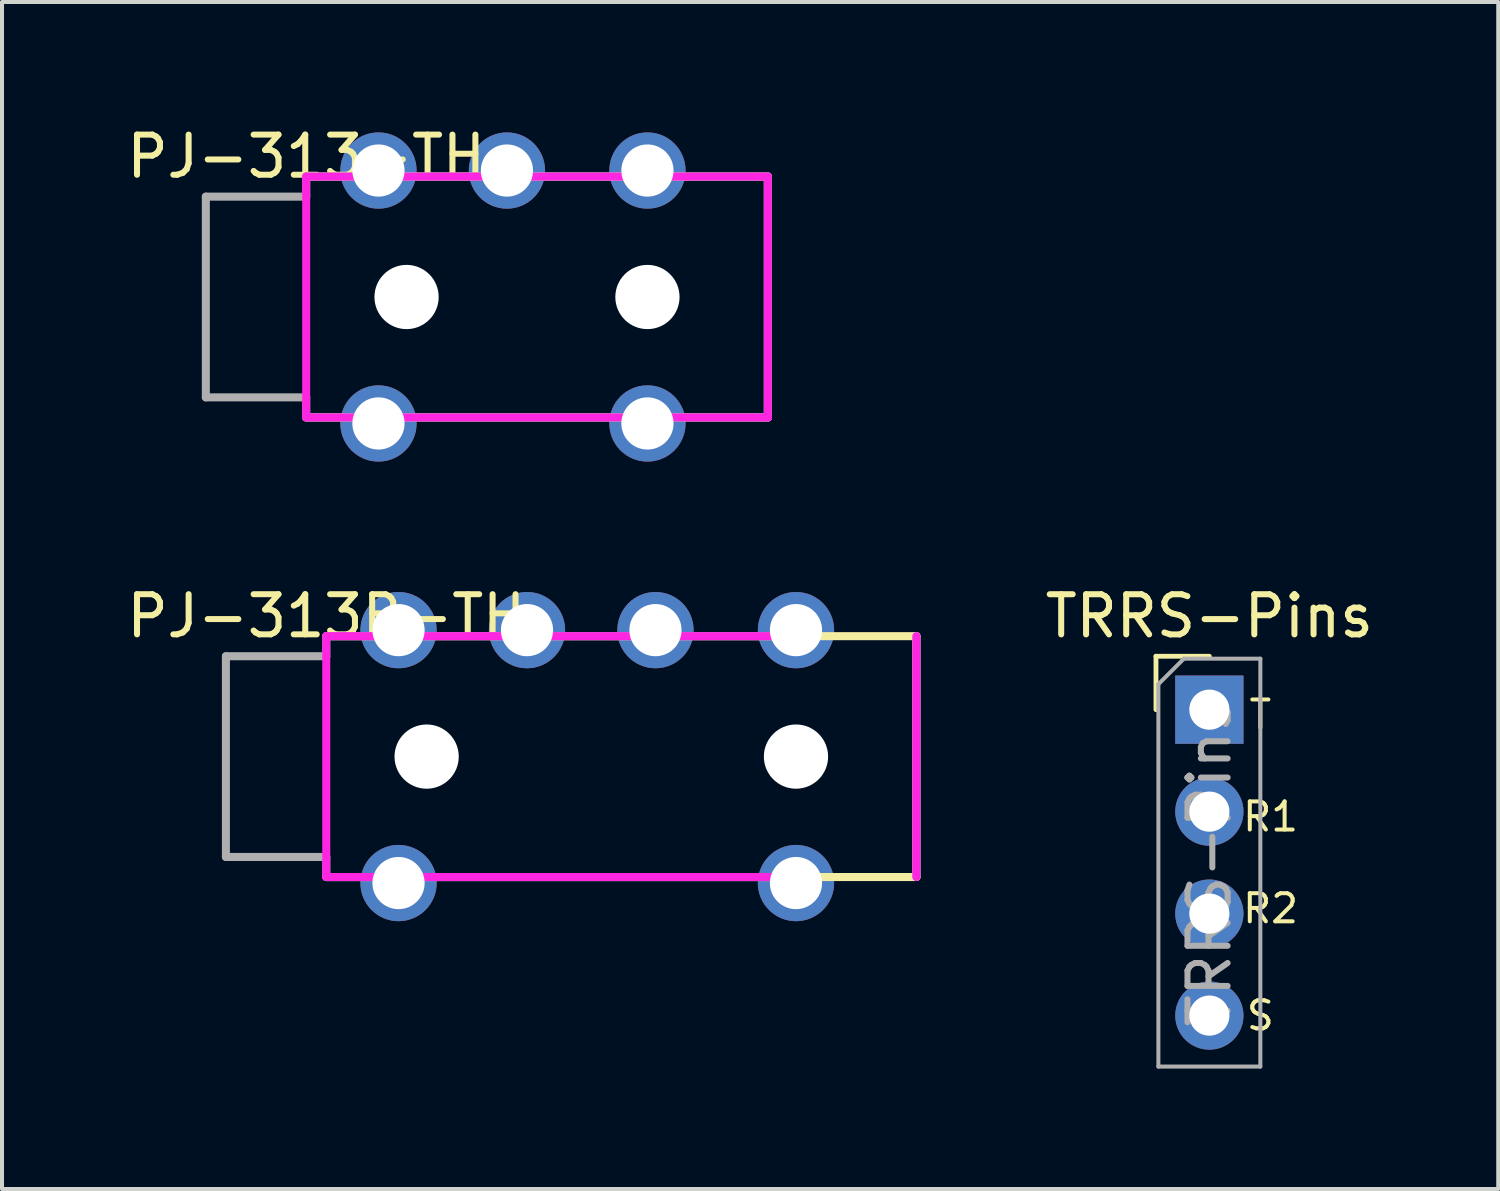
<source format=kicad_pcb>
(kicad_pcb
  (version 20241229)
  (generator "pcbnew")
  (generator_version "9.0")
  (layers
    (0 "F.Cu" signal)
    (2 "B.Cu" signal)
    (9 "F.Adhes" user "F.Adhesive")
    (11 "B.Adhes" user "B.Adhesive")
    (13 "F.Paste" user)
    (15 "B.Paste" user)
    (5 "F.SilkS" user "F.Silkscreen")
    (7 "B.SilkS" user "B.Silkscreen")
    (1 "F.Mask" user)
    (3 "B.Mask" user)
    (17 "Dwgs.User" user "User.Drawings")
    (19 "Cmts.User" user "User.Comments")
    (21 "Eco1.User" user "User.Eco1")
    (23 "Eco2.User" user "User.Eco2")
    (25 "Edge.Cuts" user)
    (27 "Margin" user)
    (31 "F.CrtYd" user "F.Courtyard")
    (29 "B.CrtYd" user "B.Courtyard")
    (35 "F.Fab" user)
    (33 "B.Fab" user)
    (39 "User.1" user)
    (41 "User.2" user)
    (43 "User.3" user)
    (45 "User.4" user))
  (footprint "TRRS-Pins"
    (layer "F.Cu")
    (at 27.074 14.627)
    (property "Reference" "TRRS-Pins" (at 0 -2.33 0) (layer "F.SilkS") (effects (font (size 1 1) (thickness 0.15))))
    (attr through_hole)
    (fp_line (start -1.33 -1.33) (end 0 -1.33) (stroke (width 0.12) (type solid)) (layer "F.SilkS"))
    (fp_line (start -1.33 0) (end -1.33 -1.33) (stroke (width 0.12) (type solid)) (layer "F.SilkS"))
    (fp_line (start -1.27 -0.635) (end -0.635 -1.27) (stroke (width 0.1) (type solid)) (layer "F.Fab"))
    (fp_line (start -1.27 8.89) (end -1.27 -0.635) (stroke (width 0.1) (type solid)) (layer "F.Fab"))
    (fp_line (start -0.635 -1.27) (end 1.27 -1.27) (stroke (width 0.1) (type solid)) (layer "F.Fab"))
    (fp_line (start 1.27 -1.27) (end 1.27 8.89) (stroke (width 0.1) (type solid)) (layer "F.Fab"))
    (fp_line (start 1.27 8.89) (end -1.27 8.89) (stroke (width 0.1) (type solid)) (layer "F.Fab"))
    (fp_text user "R1" (at 1.524 2.667 0) (layer "F.SilkS") (effects (font (size 0.7 0.7) (thickness 0.1))))
    (fp_text user "T" (at 1.27 0.127 0) (layer "F.SilkS") (effects (font (size 0.7 0.7) (thickness 0.1))))
    (fp_text user "S" (at 1.27 7.62 0) (layer "F.SilkS") (effects (font (size 0.7 0.7) (thickness 0.1))))
    (fp_text user "R2" (at 1.524 4.953 0) (layer "F.SilkS") (effects (font (size 0.7 0.7) (thickness 0.1))))
    (fp_text user "${REFERENCE}" (at 0 3.81 90) (layer "F.Fab") (effects (font (size 1 1) (thickness 0.15))))
    (pad "R1" thru_hole oval (at 0 2.54) (size 1.7 1.7) (drill 1) (layers "*.Cu" "*.Mask"))
    (pad "R2" thru_hole oval (at 0 5.08) (size 1.7 1.7) (drill 1) (layers "*.Cu" "*.Mask"))
    (pad "S" thru_hole oval (at 0 7.62) (size 1.7 1.7) (drill 1) (layers "*.Cu" "*.Mask"))
    (pad "T" thru_hole rect (at 0 0) (size 1.7 1.7) (drill 1) (layers "*.Cu" "*.Mask")))
  (footprint "PJ-313B-TH"
    (layer "F.Cu")
    (at 5.077 15.796)
    (property "Reference" "PJ-313B-TH" (at 0 -3.5 0) (layer "F.SilkS") (effects (font (size 1 1) (thickness 0.15))))
    (attr through_hole)
    (fp_line (start 0 -3) (end 14.7 -3) (stroke (width 0.2) (type solid)) (layer "F.SilkS"))
    (fp_line (start 14.7 -3) (end 14.7 3) (stroke (width 0.2) (type solid)) (layer "F.SilkS"))
    (fp_line (start 14.7 3) (end 0 3) (stroke (width 0.2) (type solid)) (layer "F.SilkS"))
    (fp_line (start 0 -3) (end 11.5 -3) (stroke (width 0.2) (type solid)) (layer "F.CrtYd"))
    (fp_line (start 0 3) (end 0 -3) (stroke (width 0.2) (type solid)) (layer "F.CrtYd"))
    (fp_line (start 11.5 3) (end 0 3) (stroke (width 0.2) (type solid)) (layer "F.CrtYd"))
    (fp_line (start 14.7 -3) (end 14.7 3) (stroke (width 0.2) (type solid)) (layer "F.CrtYd"))
    (fp_line (start -2.5 -2.5) (end -2.5 2.5) (stroke (width 0.2) (type solid)) (layer "F.Fab"))
    (fp_line (start -2.5 2.5) (end 0 2.5) (stroke (width 0.2) (type solid)) (layer "F.Fab"))
    (fp_line (start 0 -3) (end 11.5 -3) (stroke (width 0.2) (type solid)) (layer "F.Fab"))
    (fp_line (start 0 -2.5) (end -2.5 -2.5) (stroke (width 0.2) (type solid)) (layer "F.Fab"))
    (fp_line (start 0 -2.5) (end 0 -3) (stroke (width 0.2) (type solid)) (layer "F.Fab"))
    (fp_line (start 0 3) (end 0 2.5) (stroke (width 0.2) (type solid)) (layer "F.Fab"))
    (fp_line (start 11.5 3) (end 0 3) (stroke (width 0.2) (type solid)) (layer "F.Fab"))
    (fp_line (start 14.7 -3) (end 14.7 3) (stroke (width 0.2) (type solid)) (layer "F.Fab"))
    (pad "" np_thru_hole circle (at 2.5 0) (size 1.6 1.6) (drill 1.6) (layers "*.Cu" "*.Mask"))
    (pad "" np_thru_hole circle (at 11.7 0) (size 1.6 1.6) (drill 1.6) (layers "*.Cu" "*.Mask"))
    (pad "R1" thru_hole circle (at 8.2 -3.15 90) (size 1.9 1.9) (drill 1.3) (layers "*.Cu" "*.Mask"))
    (pad "R2" thru_hole circle (at 5 -3.15) (size 1.9 1.9) (drill 1.3) (layers "*.Cu" "*.Mask"))
    (pad "S" thru_hole circle (at 1.8 -3.15) (size 1.9 1.9) (drill 1.3) (layers "*.Cu" "*.Mask"))
    (pad "S" thru_hole circle (at 1.8 3.15) (size 1.9 1.9) (drill 1.3) (layers "*.Cu" "*.Mask"))
    (pad "T" thru_hole circle (at 11.7 -3.15) (size 1.9 1.9) (drill 1.3) (layers "*.Cu" "*.Mask"))
    (pad "T" thru_hole circle (at 11.7 3.15) (size 1.9 1.9) (drill 1.3) (layers "*.Cu" "*.Mask")))
  (footprint "PJ-313-TH"
    (layer "F.Cu")
    (at 4.577 4.348)
    (property "Reference" "PJ-313-TH" (at 0 -3.5 0) (layer "F.SilkS") (effects (font (size 1 1) (thickness 0.15))))
    (attr through_hole)
    (fp_line (start 0 -3) (end 11.5 -3) (stroke (width 0.2) (type solid)) (layer "F.SilkS"))
    (fp_line (start 11.5 -3) (end 11.5 3) (stroke (width 0.2) (type solid)) (layer "F.SilkS"))
    (fp_line (start 11.5 3) (end 0 3) (stroke (width 0.2) (type solid)) (layer "F.SilkS"))
    (fp_line (start 0 -3) (end 11.5 -3) (stroke (width 0.2) (type solid)) (layer "F.CrtYd"))
    (fp_line (start 0 3) (end 0 -3) (stroke (width 0.2) (type solid)) (layer "F.CrtYd"))
    (fp_line (start 11.5 -3) (end 11.5 3) (stroke (width 0.2) (type solid)) (layer "F.CrtYd"))
    (fp_line (start 11.5 3) (end 0 3) (stroke (width 0.2) (type solid)) (layer "F.CrtYd"))
    (fp_line (start -2.5 -2.5) (end -2.5 2.5) (stroke (width 0.2) (type solid)) (layer "F.Fab"))
    (fp_line (start -2.5 2.5) (end 0 2.5) (stroke (width 0.2) (type solid)) (layer "F.Fab"))
    (fp_line (start 0 -3) (end 11.5 -3) (stroke (width 0.2) (type solid)) (layer "F.Fab"))
    (fp_line (start 0 -2.5) (end -2.5 -2.5) (stroke (width 0.2) (type solid)) (layer "F.Fab"))
    (fp_line (start 0 -2.5) (end 0 -3) (stroke (width 0.2) (type solid)) (layer "F.Fab"))
    (fp_line (start 0 3) (end 0 2.5) (stroke (width 0.2) (type solid)) (layer "F.Fab"))
    (fp_line (start 11.5 -3) (end 11.5 3) (stroke (width 0.2) (type solid)) (layer "F.Fab"))
    (fp_line (start 11.5 3) (end 0 3) (stroke (width 0.2) (type solid)) (layer "F.Fab"))
    (pad "" np_thru_hole circle (at 2.5 0) (size 1.6 1.6) (drill 1.6) (layers "*.Cu" "*.Mask"))
    (pad "" np_thru_hole circle (at 8.5 0) (size 1.6 1.6) (drill 1.6) (layers "*.Cu" "*.Mask"))
    (pad "R" thru_hole circle (at 5 -3.15) (size 1.9 1.9) (drill 1.3) (layers "*.Cu" "*.Mask"))
    (pad "S" thru_hole circle (at 1.8 -3.15) (size 1.9 1.9) (drill 1.3) (layers "*.Cu" "*.Mask"))
    (pad "S" thru_hole circle (at 1.8 3.15) (size 1.9 1.9) (drill 1.3) (layers "*.Cu" "*.Mask"))
    (pad "T" thru_hole circle (at 8.5 -3.15) (size 1.9 1.9) (drill 1.3) (layers "*.Cu" "*.Mask"))
    (pad "T" thru_hole circle (at 8.5 3.15) (size 1.9 1.9) (drill 1.3) (layers "*.Cu" "*.Mask")))
  (gr_rect
    (start -3 -3)
    (end 34.27 26.567)
    (stroke (width 0.1) (type default))
    (fill no)
    (layer "Edge.Cuts")))
</source>
